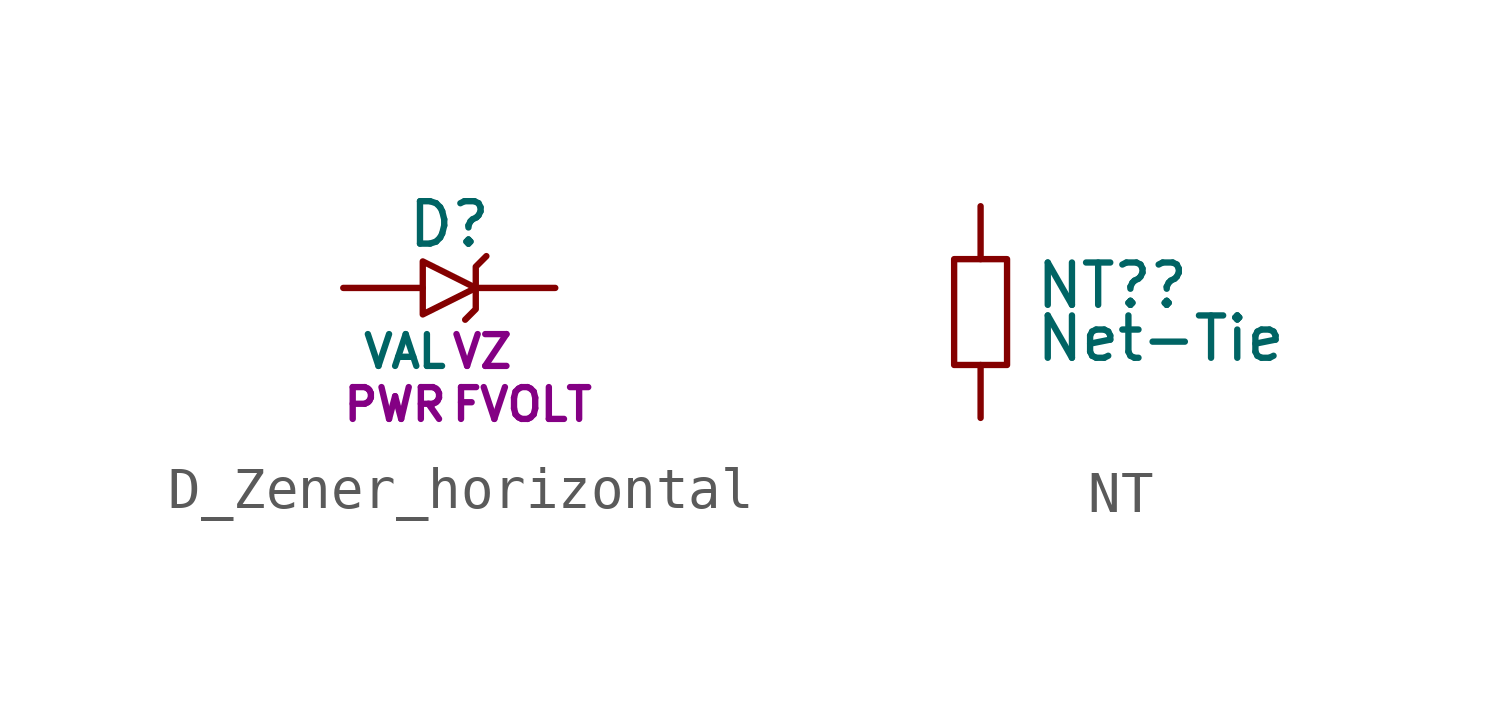
<source format=kicad_sym>
(kicad_symbol_lib
  (version 20231120)
  (generator "kicad_symbol_editor")
  (generator_version "8.0")
  (symbol "D_Zener_horizontal"
    (pin_numbers hide)
    (property "Reference" "D"
      (at 0 1.524 0)
      (do_not_autoplace)
      (effects (font (size 1.016 1.016))))
    (property "Value" "VAL"
      (at 0 -1.524 0)
      (do_not_autoplace)
      (effects (font (size 0.762 0.762)) (justify right)))
    (property "Zener Voltage" "VZ"
      (at 0 -1.524 0)
      (do_not_autoplace)
      (effects (font (size 0.762 0.762)) (justify left)))
    (property "Forward Voltage" "FVOLT"
      (at 0 -2.794 0)
      (do_not_autoplace)
      (effects (font (size 0.762 0.762)) (justify left)))
    (property "Power Rating" "PWR"
      (at 0 -2.794 0)
      (do_not_autoplace)
      (effects (font (size 0.762 0.762)) (justify right)))
    (symbol "D_Zener_horizontal_0_1"
      (polyline (pts (xy 0.635 0) (xy 0.635 -0.508) (xy 0.381 -0.762)) (stroke (width 0) (type default)) (fill (type none)))
      (polyline (pts (xy 0.635 0) (xy 0.635 0.508) (xy 0.889 0.762)) (stroke (width 0) (type default)) (fill (type none))))
    (symbol "D_Zener_horizontal_1_0"
      (pin passive line (at -2.54 0 0) (length 1.905) (name "" (effects (font (size 1.27 1.27)))) (number "1" (effects (font (size 1.27 1.27)))))
      (pin passive line (at 2.54 0 180) (length 1.905) (name "" (effects (font (size 1.27 1.27)))) (number "2" (effects (font (size 1.27 1.27))))))
    (symbol "D_Zener_horizontal_1_1"
      (polyline (pts (xy -0.635 0.635) (xy -0.635 -0.635) (xy 0.635 0) (xy -0.635 0.635)) (stroke (width 0.152) (type default)) (fill (type none)))))
  (symbol "NT"
    (property "Reference" "NT?"
      (at 1.27 0.635 0)
      (do_not_autoplace)
      (effects (font (size 1.016 1.016)) (justify left)))
    (property "Value" "Net-Tie"
      (at 1.27 -0.635 0)
      (do_not_autoplace)
      (effects (font (size 1.016 1.016)) (justify left)))
    (symbol "NT_0_1"
      (polyline (pts (xy -0.635 1.27) (xy -0.635 -1.27) (xy 0.635 -1.27) (xy 0.635 1.27) (xy -0.635 1.27)) (stroke (width 0) (type default)) (fill (type none))))
    (symbol "NT_1_1"
      (pin passive line (at 0 2.54 270) (length 1.27) (name "" (effects (font (size 0 0)))) (number "1" (effects (font (size 0 0)))))
      (pin passive line (at 0 -2.54 90) (length 1.27) (name "" (effects (font (size 0 0)))) (number "2" (effects (font (size 0 0))))))))
</source>
